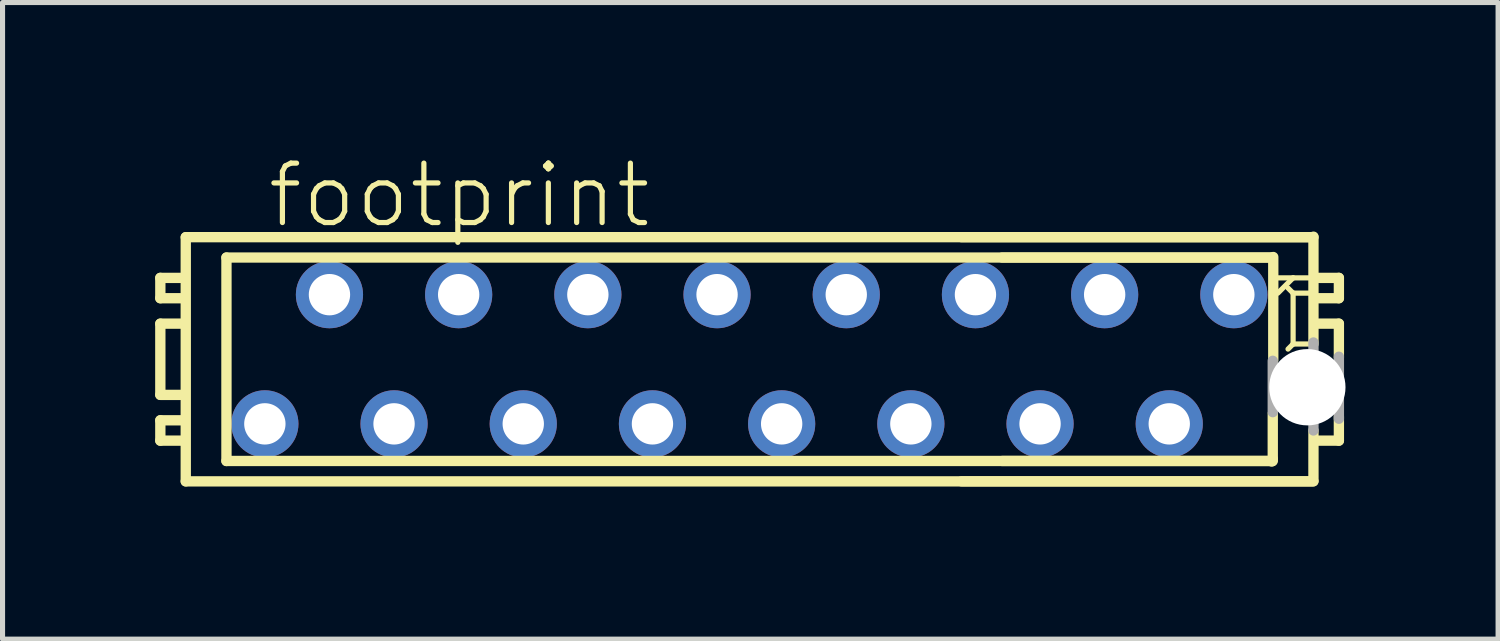
<source format=kicad_pcb>
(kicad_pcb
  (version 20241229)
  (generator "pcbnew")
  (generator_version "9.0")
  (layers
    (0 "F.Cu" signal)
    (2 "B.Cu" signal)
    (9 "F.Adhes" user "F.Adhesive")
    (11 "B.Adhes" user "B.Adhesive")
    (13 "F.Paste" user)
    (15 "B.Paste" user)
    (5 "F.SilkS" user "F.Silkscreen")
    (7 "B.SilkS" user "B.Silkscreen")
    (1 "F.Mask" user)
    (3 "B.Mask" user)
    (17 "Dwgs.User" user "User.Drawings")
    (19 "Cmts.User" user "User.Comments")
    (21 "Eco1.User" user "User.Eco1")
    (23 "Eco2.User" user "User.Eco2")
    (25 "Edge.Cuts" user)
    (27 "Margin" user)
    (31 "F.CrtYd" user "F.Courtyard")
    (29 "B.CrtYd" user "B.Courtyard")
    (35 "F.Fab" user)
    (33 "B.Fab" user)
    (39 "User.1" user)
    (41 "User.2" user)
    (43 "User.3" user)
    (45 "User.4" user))
  (footprint "footprint"
    (layer "F.Cu")
    (at 11.682 4.013)
    (property "Reference" "footprint" (at -9.525 -2.54 0) (layer "F.SilkS") (effects (font (size 1.168 1.168) (thickness 0.102)) (justify left bottom)))
    (fp_line (start -11.58 -1.6) (end -11.58 -1.2) (stroke (width 0.203) (type solid)) (layer "F.SilkS"))
    (fp_line (start -11.58 -1.2) (end -11.18 -1.2) (stroke (width 0.203) (type solid)) (layer "F.SilkS"))
    (fp_line (start -11.58 -0.7) (end -11.58 0.7) (stroke (width 0.203) (type solid)) (layer "F.SilkS"))
    (fp_line (start -11.58 0.7) (end -11.18 0.7) (stroke (width 0.203) (type solid)) (layer "F.SilkS"))
    (fp_line (start -11.58 1.2) (end -11.58 1.6) (stroke (width 0.203) (type solid)) (layer "F.SilkS"))
    (fp_line (start -11.58 1.6) (end -11.18 1.6) (stroke (width 0.203) (type solid)) (layer "F.SilkS"))
    (fp_line (start -11.18 -1.6) (end -11.58 -1.6) (stroke (width 0.203) (type solid)) (layer "F.SilkS"))
    (fp_line (start -11.18 -0.7) (end -11.58 -0.7) (stroke (width 0.203) (type solid)) (layer "F.SilkS"))
    (fp_line (start -11.18 1.2) (end -11.58 1.2) (stroke (width 0.203) (type solid)) (layer "F.SilkS"))
    (fp_line (start -11.08 -2.4) (end -11.08 2.4) (stroke (width 0.203) (type solid)) (layer "F.SilkS"))
    (fp_line (start -10.28 -2) (end -10.28 2) (stroke (width 0.203) (type solid)) (layer "F.SilkS"))
    (fp_line (start 10.27 2.01) (end 10.29 1.96) (stroke (width 0.203) (type solid)) (layer "F.SilkS"))
    (fp_line (start 10.28 -2) (end -10.28 -2) (stroke (width 0.203) (type solid)) (layer "F.SilkS"))
    (fp_line (start 10.28 2) (end -10.28 2) (stroke (width 0.203) (type solid)) (layer "F.SilkS"))
    (fp_line (start 10.29 -2) (end 4.97 -2) (stroke (width 0.203) (type solid)) (layer "F.SilkS"))
    (fp_line (start 10.29 1.96) (end 10.29 1.07) (stroke (width 0.203) (type solid)) (layer "F.SilkS"))
    (fp_line (start 10.29 2) (end 4.97 2) (stroke (width 0.203) (type solid)) (layer "F.SilkS"))
    (fp_line (start 10.3 -2.01) (end 10.3 0.02) (stroke (width 0.203) (type solid)) (layer "F.SilkS"))
    (fp_line (start 10.59 -1.4) (end 10.69 -1.3) (stroke (width 0.102) (type solid)) (layer "F.SilkS"))
    (fp_line (start 10.59 -0.2) (end 10.69 -0.3) (stroke (width 0.102) (type solid)) (layer "F.SilkS"))
    (fp_line (start 10.69 -1.6) (end 10.39 -1.6) (stroke (width 0.102) (type solid)) (layer "F.SilkS"))
    (fp_line (start 10.69 -1.6) (end 10.39 -1.3) (stroke (width 0.102) (type solid)) (layer "F.SilkS"))
    (fp_line (start 10.69 -1.3) (end 10.69 -0.3) (stroke (width 0.102) (type solid)) (layer "F.SilkS"))
    (fp_line (start 10.69 -0.3) (end 10.99 -0.3) (stroke (width 0.102) (type solid)) (layer "F.SilkS"))
    (fp_line (start 10.99 -1.6) (end 10.69 -1.6) (stroke (width 0.102) (type solid)) (layer "F.SilkS"))
    (fp_line (start 10.99 -1.3) (end 10.69 -1.3) (stroke (width 0.102) (type solid)) (layer "F.SilkS"))
    (fp_line (start 11.08 -2.4) (end -11.08 -2.4) (stroke (width 0.203) (type solid)) (layer "F.SilkS"))
    (fp_line (start 11.08 2.4) (end -11.08 2.4) (stroke (width 0.203) (type solid)) (layer "F.SilkS"))
    (fp_line (start 11.09 -2.41) (end 11.09 -0.3) (stroke (width 0.203) (type solid)) (layer "F.SilkS"))
    (fp_line (start 11.09 -2.4) (end 4.17 -2.4) (stroke (width 0.203) (type solid)) (layer "F.SilkS"))
    (fp_line (start 11.09 2.39) (end 11.09 1.4) (stroke (width 0.203) (type solid)) (layer "F.SilkS"))
    (fp_line (start 11.09 2.4) (end 4.17 2.4) (stroke (width 0.203) (type solid)) (layer "F.SilkS"))
    (fp_line (start 11.19 -1.2) (end 11.59 -1.2) (stroke (width 0.203) (type solid)) (layer "F.SilkS"))
    (fp_line (start 11.19 1.6) (end 11.59 1.6) (stroke (width 0.203) (type solid)) (layer "F.SilkS"))
    (fp_line (start 11.59 -1.6) (end 11.19 -1.6) (stroke (width 0.203) (type solid)) (layer "F.SilkS"))
    (fp_line (start 11.59 -1.2) (end 11.59 -1.6) (stroke (width 0.203) (type solid)) (layer "F.SilkS"))
    (fp_line (start 11.59 -0.7) (end 11.19 -0.7) (stroke (width 0.203) (type solid)) (layer "F.SilkS"))
    (fp_line (start 11.59 -0.04) (end 11.59 -0.7) (stroke (width 0.203) (type solid)) (layer "F.SilkS"))
    (fp_line (start 11.59 1.6) (end 11.59 1.13) (stroke (width 0.203) (type solid)) (layer "F.SilkS"))
    (fp_line (start 10.29 0.03) (end 10.29 1.04) (stroke (width 0.203) (type solid)) (layer "F.Fab"))
    (fp_line (start 11.09 1.4) (end 11.09 -0.33) (stroke (width 0.203) (type solid)) (layer "F.Fab"))
    (fp_line (start 11.59 -0.05) (end 11.59 1.17) (stroke (width 0.203) (type solid)) (layer "F.Fab"))
    (pad "" np_thru_hole circle (at 10.97 0.55) (size 1.5 1.5) (drill 1.5) (layers "*.Cu" "*.Mask"))
    (pad "1" thru_hole circle (at 9.525 -1.27) (size 1.321 1.321) (drill 0.813) (layers "*.Cu" "*.Mask"))
    (pad "2" thru_hole circle (at 8.255 1.27) (size 1.321 1.321) (drill 0.813) (layers "*.Cu" "*.Mask"))
    (pad "3" thru_hole circle (at 6.985 -1.27) (size 1.321 1.321) (drill 0.813) (layers "*.Cu" "*.Mask"))
    (pad "4" thru_hole circle (at 5.715 1.27) (size 1.321 1.321) (drill 0.813) (layers "*.Cu" "*.Mask"))
    (pad "5" thru_hole circle (at 4.445 -1.27) (size 1.321 1.321) (drill 0.813) (layers "*.Cu" "*.Mask"))
    (pad "6" thru_hole circle (at 3.175 1.27) (size 1.321 1.321) (drill 0.813) (layers "*.Cu" "*.Mask"))
    (pad "7" thru_hole circle (at 1.905 -1.27) (size 1.321 1.321) (drill 0.813) (layers "*.Cu" "*.Mask"))
    (pad "8" thru_hole circle (at 0.635 1.27) (size 1.321 1.321) (drill 0.813) (layers "*.Cu" "*.Mask"))
    (pad "9" thru_hole circle (at -0.635 -1.27) (size 1.321 1.321) (drill 0.813) (layers "*.Cu" "*.Mask"))
    (pad "10" thru_hole circle (at -1.905 1.27) (size 1.321 1.321) (drill 0.813) (layers "*.Cu" "*.Mask"))
    (pad "11" thru_hole circle (at -3.175 -1.27) (size 1.321 1.321) (drill 0.813) (layers "*.Cu" "*.Mask"))
    (pad "12" thru_hole circle (at -4.445 1.27) (size 1.321 1.321) (drill 0.813) (layers "*.Cu" "*.Mask"))
    (pad "13" thru_hole circle (at -5.715 -1.27) (size 1.321 1.321) (drill 0.813) (layers "*.Cu" "*.Mask"))
    (pad "14" thru_hole circle (at -6.985 1.27) (size 1.321 1.321) (drill 0.813) (layers "*.Cu" "*.Mask"))
    (pad "15" thru_hole circle (at -8.255 -1.27) (size 1.321 1.321) (drill 0.813) (layers "*.Cu" "*.Mask"))
    (pad "16" thru_hole circle (at -9.525 1.27) (size 1.321 1.321) (drill 0.813) (layers "*.Cu" "*.Mask")))
  (gr_rect
    (start -3 -3)
    (end 26.402 9.515)
    (stroke (width 0.1) (type default))
    (fill no)
    (layer "Edge.Cuts")))
</source>
